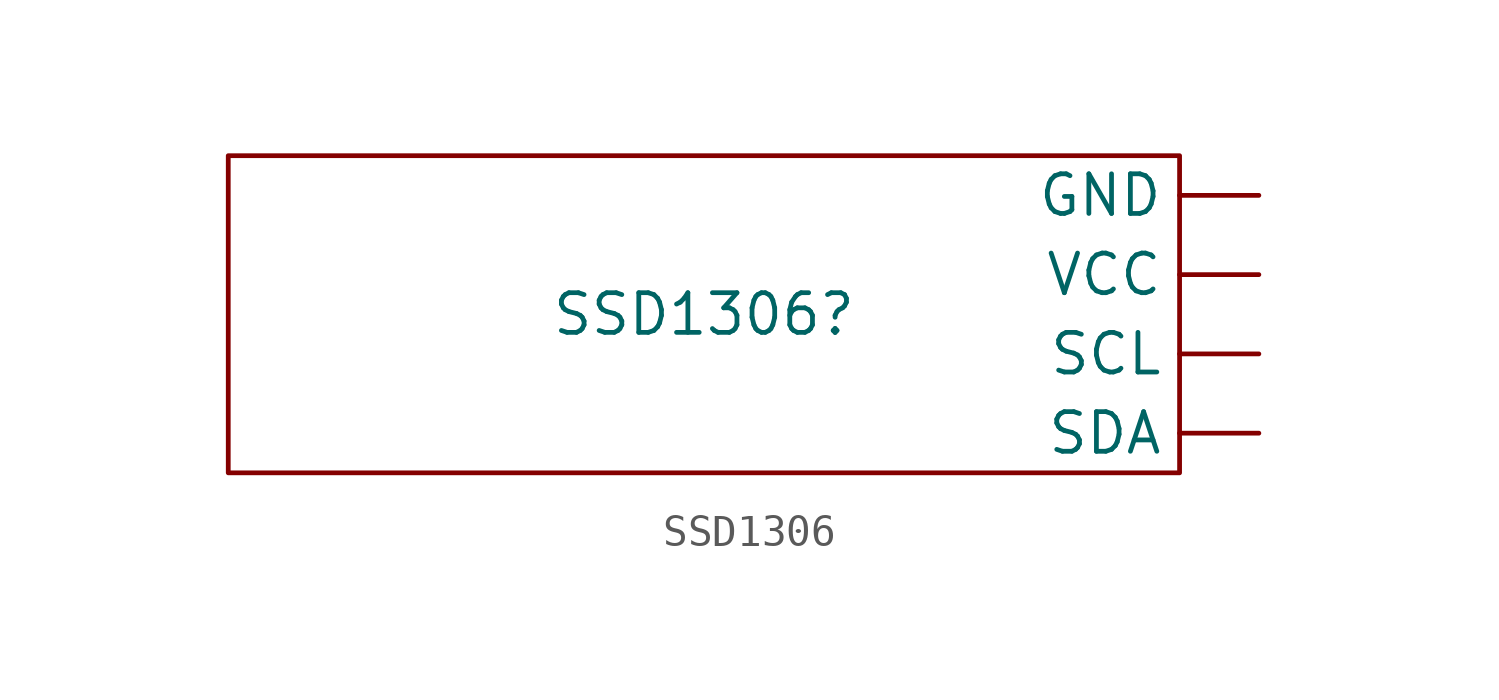
<source format=kicad_sym>
(kicad_symbol_lib
  (version 20231120)
  (generator "kicad_symbol_editor")
  (generator_version "8.0")
  (symbol "SSD1306"
    (property "Reference" "SSD1306"
      (at 0 0 0)
      (effects (font (size 1.27 1.27))))
    (property "Value" ""
      (at 0 0 0)
      (effects (font (size 1.27 1.27))))
    (symbol "SSD1306_0_1"
      (rectangle (start -15.24 5.08) (end 15.24 -5.08) (stroke (width 0) (type default)) (fill (type none))))
    (symbol "SSD1306_1_1"
      (pin input line (at 17.78 3.81 180) (length 2.54) (name "GND" (effects (font (size 1.27 1.27)))) (number "" (effects (font (size 1.27 1.27)))))
      (pin input line (at 17.78 -1.27 180) (length 2.54) (name "SCL" (effects (font (size 1.27 1.27)))) (number "" (effects (font (size 1.27 1.27)))))
      (pin input line (at 17.78 -3.81 180) (length 2.54) (name "SDA" (effects (font (size 1.27 1.27)))) (number "" (effects (font (size 1.27 1.27)))))
      (pin input line (at 17.78 1.27 180) (length 2.54) (name "VCC" (effects (font (size 1.27 1.27)))) (number "" (effects (font (size 1.27 1.27))))))))
</source>
